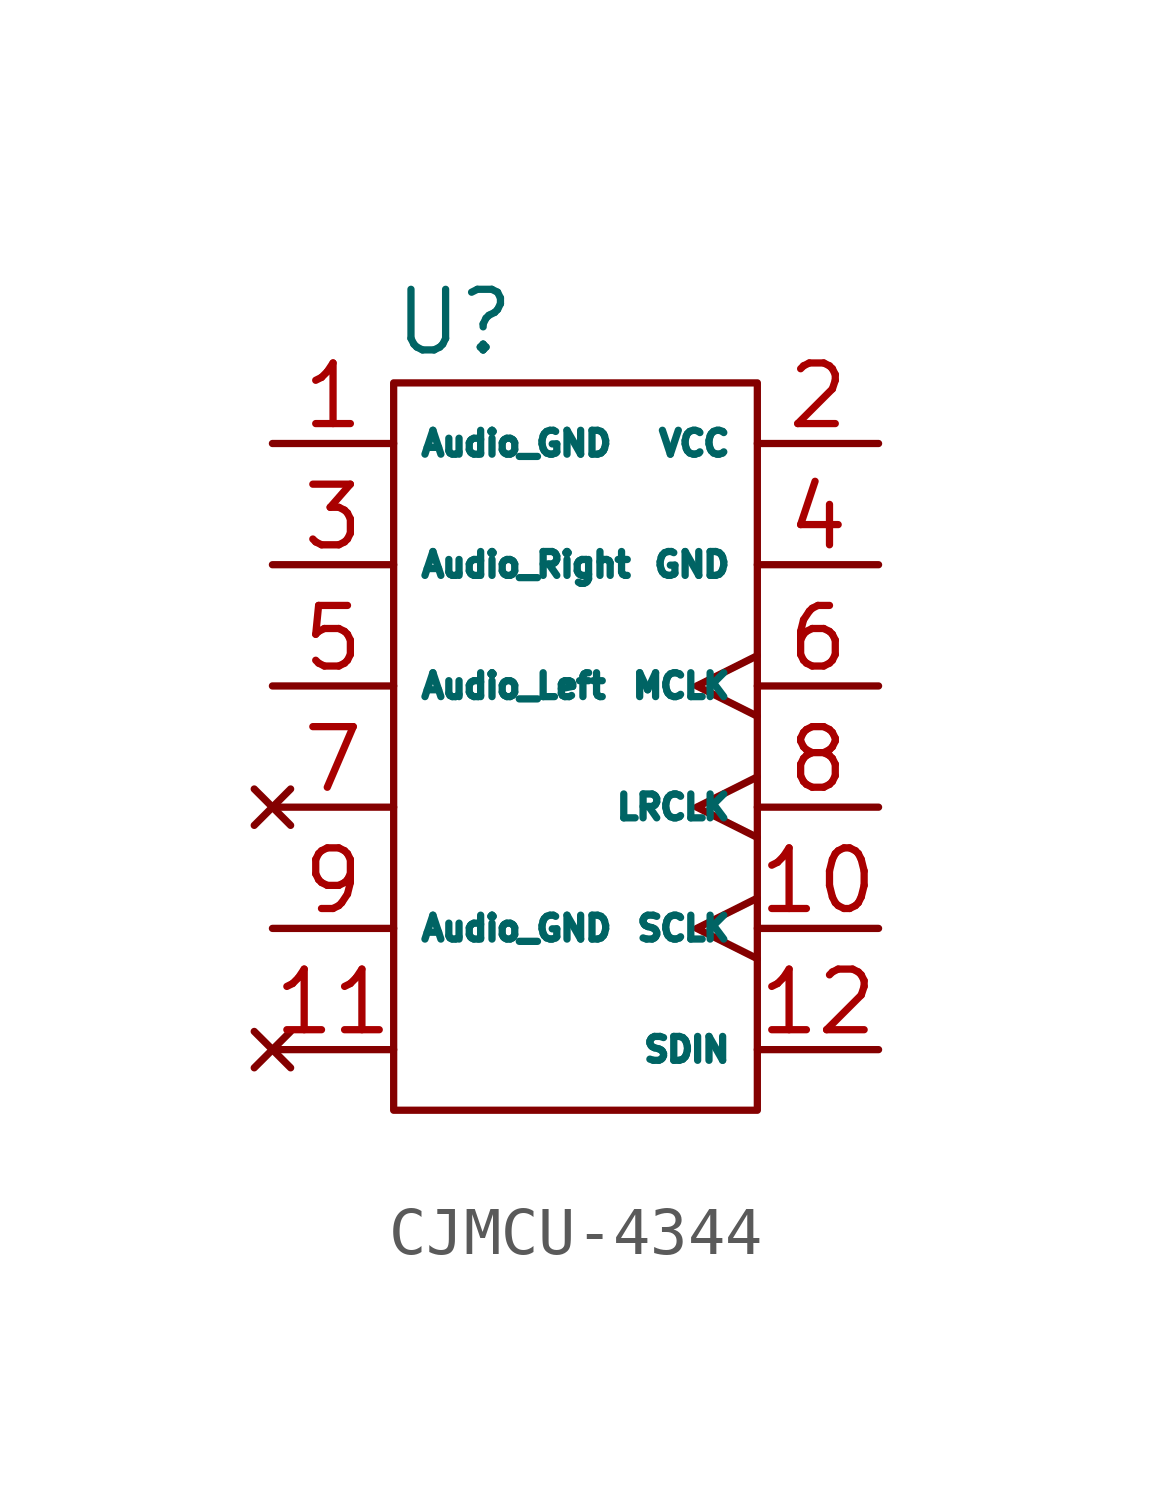
<source format=kicad_sym>
(kicad_symbol_lib
  (version 20220914)
  (generator kicad_symbol_editor)
  (symbol "CJMCU-4344"
    (property "Reference" "U"
      (at -2.54 8.89 0)
      (effects (font (size 1.27 1.27))))
    (property "Value" ""
      (at 0 0 0)
      (effects (font (size 1.27 1.27))))
    (symbol "CJMCU-4344_0_1"
      (polyline (pts (xy -3.81 7.62) (xy -3.81 -7.62) (xy 3.81 -7.62) (xy 3.81 7.62) (xy -3.81 7.62)) (stroke (width 0) (type default)) (fill (type none))))
    (symbol "CJMCU-4344_1_1"
      (pin input line (at -6.35 6.35 0) (length 2.54) (name "Audio_GND" (effects (font (size 0.5 0.5)))) (number "1" (effects (font (size 1.27 1.27)))))
      (pin input clock (at 6.35 -3.81 180) (length 2.54) (name "SCLK" (effects (font (size 0.5 0.5)))) (number "10" (effects (font (size 1.27 1.27)))))
      (pin no_connect line (at -6.35 -6.35 0) (length 2.54) (name "" (effects (font (size 1.27 1.27)))) (number "11" (effects (font (size 1.27 1.27)))))
      (pin input line (at 6.35 -6.35 180) (length 2.54) (name "SDIN" (effects (font (size 0.5 0.5)))) (number "12" (effects (font (size 1.27 1.27)))))
      (pin power_in line (at 6.35 6.35 180) (length 2.54) (name "VCC" (effects (font (size 0.5 0.5)))) (number "2" (effects (font (size 1.27 1.27)))))
      (pin output line (at -6.35 3.81 0) (length 2.54) (name "Audio_Right" (effects (font (size 0.5 0.5)))) (number "3" (effects (font (size 1.27 1.27)))))
      (pin power_in line (at 6.35 3.81 180) (length 2.54) (name "GND" (effects (font (size 0.5 0.5)))) (number "4" (effects (font (size 1.27 1.27)))))
      (pin output line (at -6.35 1.27 0) (length 2.54) (name "Audio_Left" (effects (font (size 0.5 0.5)))) (number "5" (effects (font (size 1.27 1.27)))))
      (pin input clock (at 6.35 1.27 180) (length 2.54) (name "MCLK" (effects (font (size 0.5 0.5)))) (number "6" (effects (font (size 1.27 1.27)))))
      (pin no_connect line (at -6.35 -1.27 0) (length 2.54) (name "" (effects (font (size 1.27 1.27)))) (number "7" (effects (font (size 1.27 1.27)))))
      (pin input clock (at 6.35 -1.27 180) (length 2.54) (name "LRCLK" (effects (font (size 0.5 0.5)))) (number "8" (effects (font (size 1.27 1.27)))))
      (pin input line (at -6.35 -3.81 0) (length 2.54) (name "Audio_GND" (effects (font (size 0.5 0.5)))) (number "9" (effects (font (size 1.27 1.27))))))))
</source>
